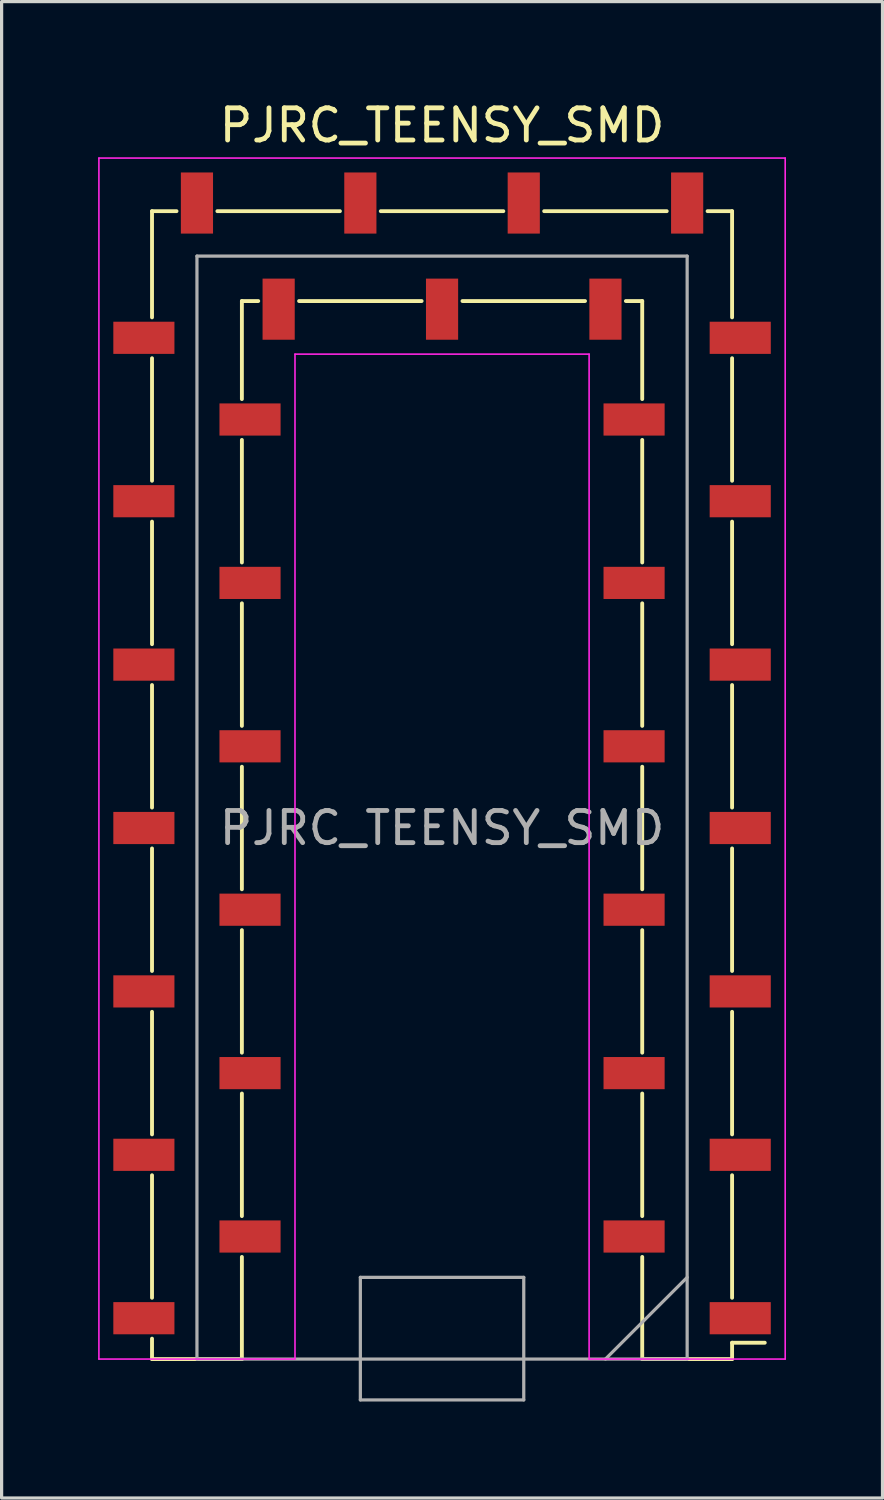
<source format=kicad_pcb>
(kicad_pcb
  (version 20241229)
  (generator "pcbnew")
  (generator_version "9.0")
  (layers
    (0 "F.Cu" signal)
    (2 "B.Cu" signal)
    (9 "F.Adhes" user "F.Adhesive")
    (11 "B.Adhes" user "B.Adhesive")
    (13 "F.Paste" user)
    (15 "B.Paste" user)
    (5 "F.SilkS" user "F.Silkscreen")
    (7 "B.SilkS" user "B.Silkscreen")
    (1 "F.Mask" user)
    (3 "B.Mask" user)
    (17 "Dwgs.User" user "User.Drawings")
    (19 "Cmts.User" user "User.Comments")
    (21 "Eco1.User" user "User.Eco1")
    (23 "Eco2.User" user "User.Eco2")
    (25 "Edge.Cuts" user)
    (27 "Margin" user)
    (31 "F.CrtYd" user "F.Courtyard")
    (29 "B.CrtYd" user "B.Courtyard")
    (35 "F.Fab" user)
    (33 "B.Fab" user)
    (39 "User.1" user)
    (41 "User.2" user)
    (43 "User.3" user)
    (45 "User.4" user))
  (footprint "PJRC_TEENSY_SMD"
    (layer "F.Cu")
    (at 10.693 39.202)
    (property "Reference" "PJRC_TEENSY_SMD" (at 0 -38.354 0) (unlocked yes) (layer "F.SilkS") (effects (font (size 1 1) (thickness 0.15))))
    (attr smd)
    (fp_line (start -9.017 -35.687) (end -8.255 -35.687) (stroke (width 0.12) (type default)) (layer "F.SilkS"))
    (fp_line (start -9.017 -32.385) (end -9.017 -35.687) (stroke (width 0.12) (type default)) (layer "F.SilkS"))
    (fp_line (start -9.017 -31.115) (end -9.017 -27.305) (stroke (width 0.12) (type default)) (layer "F.SilkS"))
    (fp_line (start -9.017 -26.035) (end -9.017 -22.225) (stroke (width 0.12) (type default)) (layer "F.SilkS"))
    (fp_line (start -9.017 -20.955) (end -9.017 -17.145) (stroke (width 0.12) (type default)) (layer "F.SilkS"))
    (fp_line (start -9.017 -15.875) (end -9.017 -12.065) (stroke (width 0.12) (type default)) (layer "F.SilkS"))
    (fp_line (start -9.017 -10.795) (end -9.017 -6.985) (stroke (width 0.12) (type default)) (layer "F.SilkS"))
    (fp_line (start -9.017 -5.715) (end -9.017 -1.905) (stroke (width 0.12) (type default)) (layer "F.SilkS"))
    (fp_line (start -9.017 -0.635) (end -9.017 0) (stroke (width 0.12) (type default)) (layer "F.SilkS"))
    (fp_line (start -9.017 0) (end -6.223 0) (stroke (width 0.12) (type solid)) (layer "F.SilkS"))
    (fp_line (start -6.985 -35.687) (end -3.175 -35.687) (stroke (width 0.12) (type default)) (layer "F.SilkS"))
    (fp_line (start -6.223 -32.893) (end -5.715 -32.893) (stroke (width 0.12) (type default)) (layer "F.SilkS"))
    (fp_line (start -6.223 -29.845) (end -6.223 -32.893) (stroke (width 0.12) (type default)) (layer "F.SilkS"))
    (fp_line (start -6.223 -28.575) (end -6.223 -24.765) (stroke (width 0.12) (type default)) (layer "F.SilkS"))
    (fp_line (start -6.223 -23.495) (end -6.223 -19.685) (stroke (width 0.12) (type default)) (layer "F.SilkS"))
    (fp_line (start -6.223 -18.415) (end -6.223 -14.605) (stroke (width 0.12) (type default)) (layer "F.SilkS"))
    (fp_line (start -6.223 -13.335) (end -6.223 -9.525) (stroke (width 0.12) (type default)) (layer "F.SilkS"))
    (fp_line (start -6.223 -8.255) (end -6.223 -4.445) (stroke (width 0.12) (type default)) (layer "F.SilkS"))
    (fp_line (start -6.223 -3.175) (end -6.223 0) (stroke (width 0.12) (type default)) (layer "F.SilkS"))
    (fp_line (start -4.445 -32.893) (end -0.635 -32.893) (stroke (width 0.12) (type default)) (layer "F.SilkS"))
    (fp_line (start -1.905 -35.687) (end 1.905 -35.687) (stroke (width 0.12) (type default)) (layer "F.SilkS"))
    (fp_line (start 0.635 -32.893) (end 4.445 -32.893) (stroke (width 0.12) (type default)) (layer "F.SilkS"))
    (fp_line (start 3.175 -35.687) (end 6.985 -35.687) (stroke (width 0.12) (type default)) (layer "F.SilkS"))
    (fp_line (start 5.715 -32.893) (end 6.223 -32.893) (stroke (width 0.12) (type default)) (layer "F.SilkS"))
    (fp_line (start 6.223 -29.845) (end 6.223 -32.893) (stroke (width 0.12) (type default)) (layer "F.SilkS"))
    (fp_line (start 6.223 -28.575) (end 6.223 -24.765) (stroke (width 0.12) (type default)) (layer "F.SilkS"))
    (fp_line (start 6.223 -23.495) (end 6.223 -19.685) (stroke (width 0.12) (type default)) (layer "F.SilkS"))
    (fp_line (start 6.223 -18.415) (end 6.223 -14.605) (stroke (width 0.12) (type default)) (layer "F.SilkS"))
    (fp_line (start 6.223 -13.335) (end 6.223 -9.525) (stroke (width 0.12) (type default)) (layer "F.SilkS"))
    (fp_line (start 6.223 -8.255) (end 6.223 -4.445) (stroke (width 0.12) (type default)) (layer "F.SilkS"))
    (fp_line (start 6.223 -3.175) (end 6.223 0) (stroke (width 0.12) (type default)) (layer "F.SilkS"))
    (fp_line (start 6.223 0) (end 9.017 0) (stroke (width 0.12) (type solid)) (layer "F.SilkS"))
    (fp_line (start 8.255 -35.687) (end 9.017 -35.687) (stroke (width 0.12) (type default)) (layer "F.SilkS"))
    (fp_line (start 9.017 -32.385) (end 9.017 -35.687) (stroke (width 0.12) (type default)) (layer "F.SilkS"))
    (fp_line (start 9.017 -31.115) (end 9.017 -27.305) (stroke (width 0.12) (type default)) (layer "F.SilkS"))
    (fp_line (start 9.017 -26.035) (end 9.017 -22.225) (stroke (width 0.12) (type default)) (layer "F.SilkS"))
    (fp_line (start 9.017 -20.955) (end 9.017 -17.145) (stroke (width 0.12) (type default)) (layer "F.SilkS"))
    (fp_line (start 9.017 -15.875) (end 9.017 -12.065) (stroke (width 0.12) (type default)) (layer "F.SilkS"))
    (fp_line (start 9.017 -10.795) (end 9.017 -6.985) (stroke (width 0.12) (type default)) (layer "F.SilkS"))
    (fp_line (start 9.017 -5.715) (end 9.017 -1.905) (stroke (width 0.12) (type default)) (layer "F.SilkS"))
    (fp_line (start 9.017 -0.508) (end 9.017 0) (stroke (width 0.12) (type default)) (layer "F.SilkS"))
    (fp_line (start 9.017 -0.508) (end 10.033 -0.508) (stroke (width 0.12) (type solid)) (layer "F.SilkS"))
    (fp_line (start -10.668 -37.338) (end -10.668 0) (stroke (width 0.05) (type default)) (layer "F.CrtYd"))
    (fp_line (start -10.668 0) (end -4.572 0) (stroke (width 0.05) (type default)) (layer "F.CrtYd"))
    (fp_line (start -4.572 -31.242) (end 4.572 -31.242) (stroke (width 0.05) (type default)) (layer "F.CrtYd"))
    (fp_line (start -4.572 0) (end -4.572 -31.242) (stroke (width 0.05) (type default)) (layer "F.CrtYd"))
    (fp_line (start 4.572 -31.242) (end 4.572 0) (stroke (width 0.05) (type default)) (layer "F.CrtYd"))
    (fp_line (start 4.572 0) (end 10.668 0) (stroke (width 0.05) (type default)) (layer "F.CrtYd"))
    (fp_line (start 10.668 -37.338) (end -10.668 -37.338) (stroke (width 0.05) (type default)) (layer "F.CrtYd"))
    (fp_line (start 10.668 0) (end 10.668 -37.338) (stroke (width 0.05) (type default)) (layer "F.CrtYd"))
    (fp_line (start -7.62 -34.29) (end 7.62 -34.29) (stroke (width 0.1) (type default)) (layer "F.Fab"))
    (fp_line (start -7.62 0) (end -7.62 -34.29) (stroke (width 0.1) (type default)) (layer "F.Fab"))
    (fp_line (start -2.54 -2.54) (end -2.54 1.27) (stroke (width 0.1) (type default)) (layer "F.Fab"))
    (fp_line (start -2.54 1.27) (end 2.54 1.27) (stroke (width 0.1) (type default)) (layer "F.Fab"))
    (fp_line (start 2.54 -2.54) (end -2.54 -2.54) (stroke (width 0.1) (type default)) (layer "F.Fab"))
    (fp_line (start 2.54 1.27) (end 2.54 -2.54) (stroke (width 0.1) (type default)) (layer "F.Fab"))
    (fp_line (start 7.62 -34.29) (end 7.62 0) (stroke (width 0.1) (type default)) (layer "F.Fab"))
    (fp_line (start 7.62 -2.54) (end 5.08 0) (stroke (width 0.1) (type default)) (layer "F.Fab"))
    (fp_line (start 7.62 0) (end -7.62 0) (stroke (width 0.1) (type default)) (layer "F.Fab"))
    (fp_text user "${REFERENCE}" (at 0 -16.51 180) (layer "F.Fab") (effects (font (size 1 1) (thickness 0.15))))
    (pad "1" smd rect (at 9.27 -1.27) (size 1.9 1) (layers "F.Cu" "F.Mask" "F.Paste"))
    (pad "2" smd rect (at 5.97 -3.81) (size 1.9 1) (layers "F.Cu" "F.Mask" "F.Paste"))
    (pad "3" smd rect (at 9.27 -6.35) (size 1.9 1) (layers "F.Cu" "F.Mask" "F.Paste"))
    (pad "4" smd rect (at 5.97 -8.89) (size 1.9 1) (layers "F.Cu" "F.Mask" "F.Paste"))
    (pad "5" smd rect (at 9.27 -11.43) (size 1.9 1) (layers "F.Cu" "F.Mask" "F.Paste"))
    (pad "6" smd rect (at 5.97 -13.97) (size 1.9 1) (layers "F.Cu" "F.Mask" "F.Paste"))
    (pad "7" smd rect (at 9.27 -16.51) (size 1.9 1) (layers "F.Cu" "F.Mask" "F.Paste"))
    (pad "8" smd rect (at 5.97 -19.05) (size 1.9 1) (layers "F.Cu" "F.Mask" "F.Paste"))
    (pad "9" smd rect (at 9.27 -21.59) (size 1.9 1) (layers "F.Cu" "F.Mask" "F.Paste"))
    (pad "10" smd rect (at 5.97 -24.13) (size 1.9 1) (layers "F.Cu" "F.Mask" "F.Paste"))
    (pad "11" smd rect (at 9.27 -26.67) (size 1.9 1) (layers "F.Cu" "F.Mask" "F.Paste"))
    (pad "12" smd rect (at 5.97 -29.21) (size 1.9 1) (layers "F.Cu" "F.Mask" "F.Paste"))
    (pad "13" smd rect (at 9.27 -31.75) (size 1.9 1) (layers "F.Cu" "F.Mask" "F.Paste"))
    (pad "14" smd rect (at 7.62 -35.94 90) (size 1.9 1) (layers "F.Cu" "F.Mask" "F.Paste"))
    (pad "15" smd rect (at -7.62 -35.94 90) (size 1.9 1) (layers "F.Cu" "F.Mask" "F.Paste"))
    (pad "16" smd rect (at -9.27 -31.75) (size 1.9 1) (layers "F.Cu" "F.Mask" "F.Paste"))
    (pad "17" smd rect (at -5.97 -29.21) (size 1.9 1) (layers "F.Cu" "F.Mask" "F.Paste"))
    (pad "18" smd rect (at -9.27 -26.67) (size 1.9 1) (layers "F.Cu" "F.Mask" "F.Paste"))
    (pad "19" smd rect (at -5.97 -24.13) (size 1.9 1) (layers "F.Cu" "F.Mask" "F.Paste"))
    (pad "20" smd rect (at -9.27 -21.59) (size 1.9 1) (layers "F.Cu" "F.Mask" "F.Paste"))
    (pad "21" smd rect (at -5.97 -19.05) (size 1.9 1) (layers "F.Cu" "F.Mask" "F.Paste"))
    (pad "22" smd rect (at -9.27 -16.51) (size 1.9 1) (layers "F.Cu" "F.Mask" "F.Paste"))
    (pad "23" smd rect (at -5.97 -13.97) (size 1.9 1) (layers "F.Cu" "F.Mask" "F.Paste"))
    (pad "24" smd rect (at -9.27 -11.43) (size 1.9 1) (layers "F.Cu" "F.Mask" "F.Paste"))
    (pad "25" smd rect (at -5.97 -8.89) (size 1.9 1) (layers "F.Cu" "F.Mask" "F.Paste"))
    (pad "26" smd rect (at -9.27 -6.35) (size 1.9 1) (layers "F.Cu" "F.Mask" "F.Paste"))
    (pad "27" smd rect (at -5.97 -3.81) (size 1.9 1) (layers "F.Cu" "F.Mask" "F.Paste"))
    (pad "28" smd rect (at -9.27 -1.27) (size 1.9 1) (layers "F.Cu" "F.Mask" "F.Paste"))
    (pad "29" smd rect (at 5.08 -32.64 90) (size 1.9 1) (layers "F.Cu" "F.Mask" "F.Paste"))
    (pad "30" smd rect (at 2.54 -35.94 90) (size 1.9 1) (layers "F.Cu" "F.Mask" "F.Paste"))
    (pad "31" smd rect (at 0 -32.64 90) (size 1.9 1) (layers "F.Cu" "F.Mask" "F.Paste"))
    (pad "32" smd rect (at -2.54 -35.94 90) (size 1.9 1) (layers "F.Cu" "F.Mask" "F.Paste"))
    (pad "33" smd rect (at -5.08 -32.64 90) (size 1.9 1) (layers "F.Cu" "F.Mask" "F.Paste")))
  (gr_rect
    (start -3 -3)
    (end 24.386 43.522)
    (stroke (width 0.1) (type default))
    (fill no)
    (layer "Edge.Cuts")))
</source>
